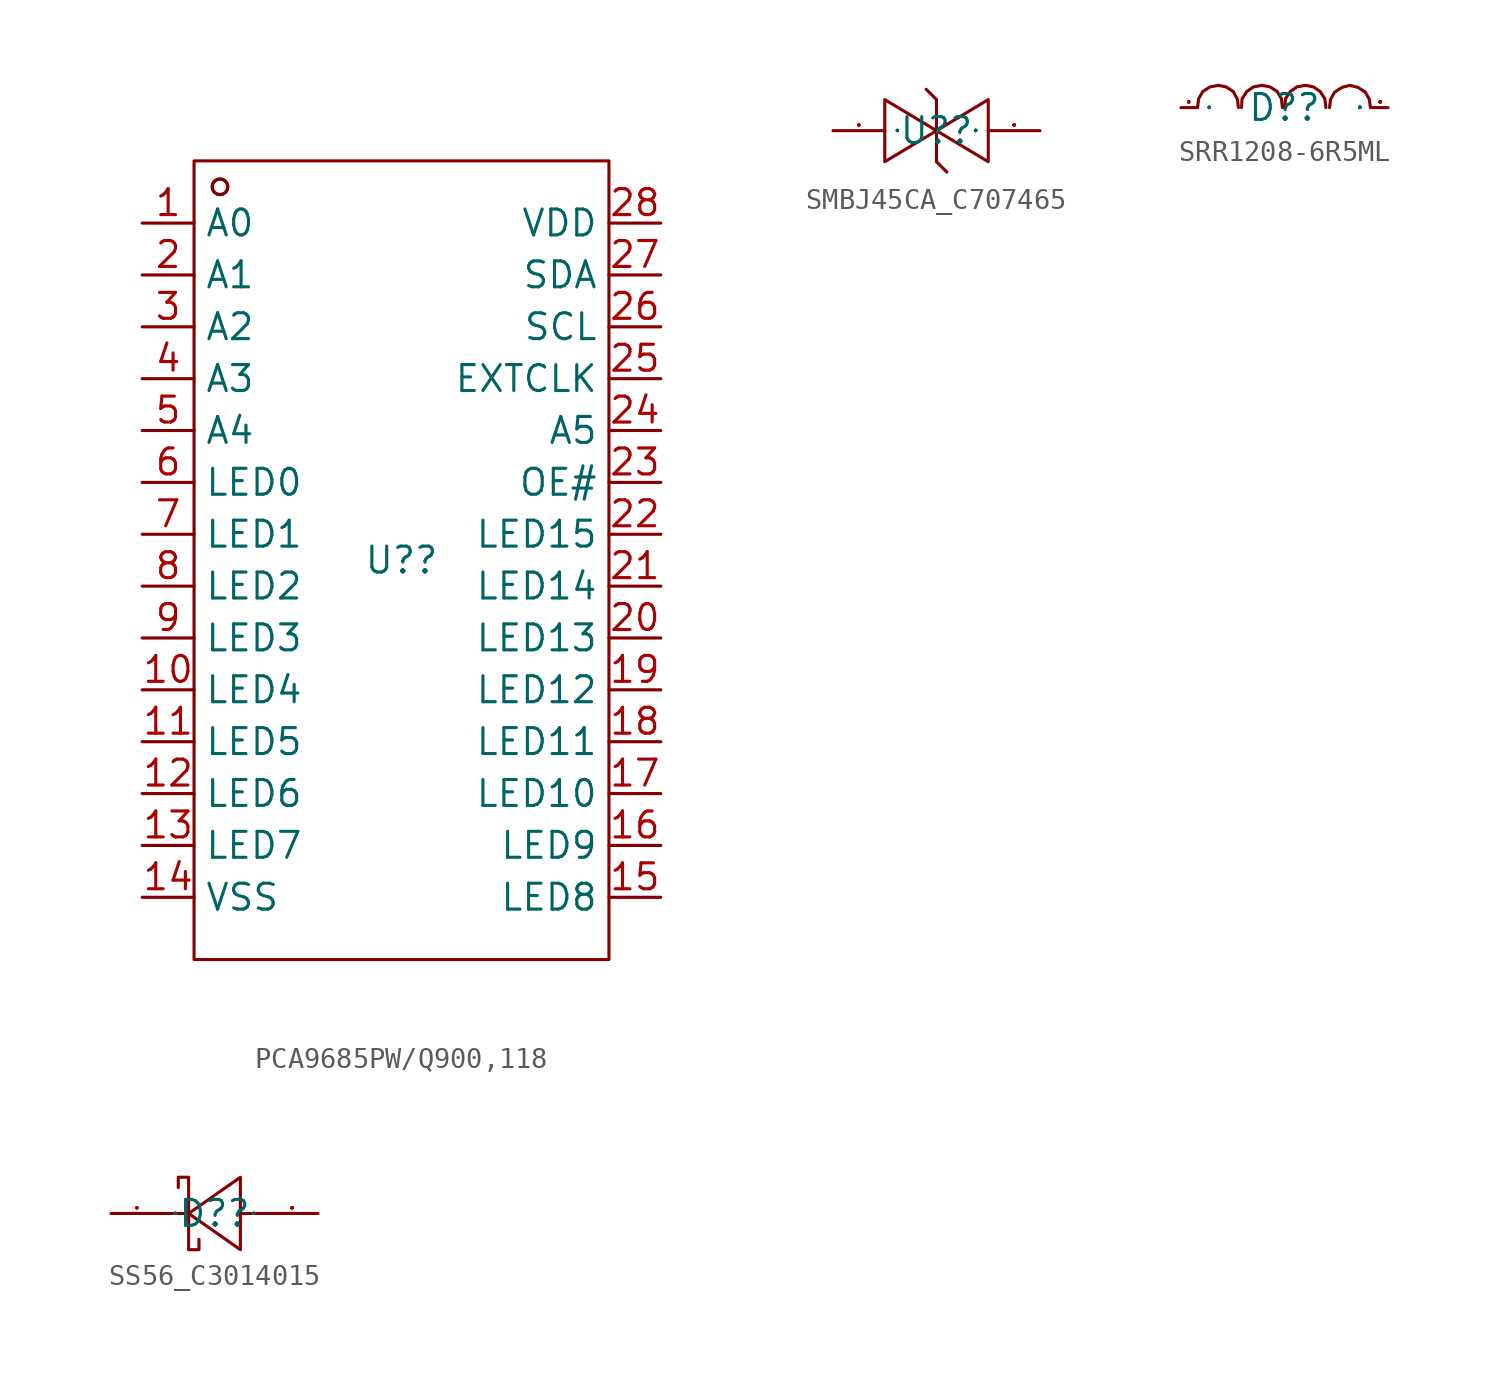
<source format=kicad_sym>
(kicad_symbol_lib
  (version 20231120)
  (generator "kicad_symbol_editor")
  (generator_version "8.0")
  (symbol "PCA9685PW/Q900,118"
    (property "Reference" "U?"
      (at 0 0 0)
      (effects (font (size 1.27 1.27))))
    (property "Value" ""
      (at 0 0 0)
      (effects (font (size 1.27 1.27))))
    (symbol "PCA9685PW/Q900,118_1_0"
      (rectangle (start -10.16 -19.558) (end 10.16 19.558) (stroke (width 0) (type default)) (fill (type none)))
      (circle (center -8.89 18.288) (radius 0.381) (stroke (width 0) (type default)) (fill (type none)))
      (circle (center -8.89 18.288) (radius 0.381) (stroke (width 0) (type default)) (fill (type none)))
      (pin input line (at -12.7 16.51 0) (length 2.54) (name "A0" (effects (font (size 1.27 1.27)))) (number "1" (effects (font (size 1.27 1.27)))))
      (pin input line (at -12.7 -6.35 0) (length 2.54) (name "LED4" (effects (font (size 1.27 1.27)))) (number "10" (effects (font (size 1.27 1.27)))))
      (pin input line (at -12.7 -8.89 0) (length 2.54) (name "LED5" (effects (font (size 1.27 1.27)))) (number "11" (effects (font (size 1.27 1.27)))))
      (pin input line (at -12.7 -11.43 0) (length 2.54) (name "LED6" (effects (font (size 1.27 1.27)))) (number "12" (effects (font (size 1.27 1.27)))))
      (pin input line (at -12.7 -13.97 0) (length 2.54) (name "LED7" (effects (font (size 1.27 1.27)))) (number "13" (effects (font (size 1.27 1.27)))))
      (pin input line (at -12.7 -16.51 0) (length 2.54) (name "VSS" (effects (font (size 1.27 1.27)))) (number "14" (effects (font (size 1.27 1.27)))))
      (pin input line (at 12.7 -16.51 180) (length 2.54) (name "LED8" (effects (font (size 1.27 1.27)))) (number "15" (effects (font (size 1.27 1.27)))))
      (pin input line (at 12.7 -13.97 180) (length 2.54) (name "LED9" (effects (font (size 1.27 1.27)))) (number "16" (effects (font (size 1.27 1.27)))))
      (pin input line (at 12.7 -11.43 180) (length 2.54) (name "LED10" (effects (font (size 1.27 1.27)))) (number "17" (effects (font (size 1.27 1.27)))))
      (pin input line (at 12.7 -8.89 180) (length 2.54) (name "LED11" (effects (font (size 1.27 1.27)))) (number "18" (effects (font (size 1.27 1.27)))))
      (pin input line (at 12.7 -6.35 180) (length 2.54) (name "LED12" (effects (font (size 1.27 1.27)))) (number "19" (effects (font (size 1.27 1.27)))))
      (pin input line (at -12.7 13.97 0) (length 2.54) (name "A1" (effects (font (size 1.27 1.27)))) (number "2" (effects (font (size 1.27 1.27)))))
      (pin input line (at 12.7 -3.81 180) (length 2.54) (name "LED13" (effects (font (size 1.27 1.27)))) (number "20" (effects (font (size 1.27 1.27)))))
      (pin input line (at 12.7 -1.27 180) (length 2.54) (name "LED14" (effects (font (size 1.27 1.27)))) (number "21" (effects (font (size 1.27 1.27)))))
      (pin input line (at 12.7 1.27 180) (length 2.54) (name "LED15" (effects (font (size 1.27 1.27)))) (number "22" (effects (font (size 1.27 1.27)))))
      (pin input line (at 12.7 3.81 180) (length 2.54) (name "OE#" (effects (font (size 1.27 1.27)))) (number "23" (effects (font (size 1.27 1.27)))))
      (pin input line (at 12.7 6.35 180) (length 2.54) (name "A5" (effects (font (size 1.27 1.27)))) (number "24" (effects (font (size 1.27 1.27)))))
      (pin input line (at 12.7 8.89 180) (length 2.54) (name "EXTCLK" (effects (font (size 1.27 1.27)))) (number "25" (effects (font (size 1.27 1.27)))))
      (pin input line (at 12.7 11.43 180) (length 2.54) (name "SCL" (effects (font (size 1.27 1.27)))) (number "26" (effects (font (size 1.27 1.27)))))
      (pin input line (at 12.7 13.97 180) (length 2.54) (name "SDA" (effects (font (size 1.27 1.27)))) (number "27" (effects (font (size 1.27 1.27)))))
      (pin input line (at 12.7 16.51 180) (length 2.54) (name "VDD" (effects (font (size 1.27 1.27)))) (number "28" (effects (font (size 1.27 1.27)))))
      (pin input line (at -12.7 11.43 0) (length 2.54) (name "A2" (effects (font (size 1.27 1.27)))) (number "3" (effects (font (size 1.27 1.27)))))
      (pin input line (at -12.7 8.89 0) (length 2.54) (name "A3" (effects (font (size 1.27 1.27)))) (number "4" (effects (font (size 1.27 1.27)))))
      (pin input line (at -12.7 6.35 0) (length 2.54) (name "A4" (effects (font (size 1.27 1.27)))) (number "5" (effects (font (size 1.27 1.27)))))
      (pin input line (at -12.7 3.81 0) (length 2.54) (name "LED0" (effects (font (size 1.27 1.27)))) (number "6" (effects (font (size 1.27 1.27)))))
      (pin input line (at -12.7 1.27 0) (length 2.54) (name "LED1" (effects (font (size 1.27 1.27)))) (number "7" (effects (font (size 1.27 1.27)))))
      (pin input line (at -12.7 -1.27 0) (length 2.54) (name "LED2" (effects (font (size 1.27 1.27)))) (number "8" (effects (font (size 1.27 1.27)))))
      (pin input line (at -12.7 -3.81 0) (length 2.54) (name "LED3" (effects (font (size 1.27 1.27)))) (number "9" (effects (font (size 1.27 1.27)))))))
  (symbol "SMBJ45CA_C707465"
    (property "Reference" "U?"
      (at 0 0 0)
      (effects (font (size 1.27 1.27))))
    (property "Value" ""
      (at 0 0 0)
      (effects (font (size 1.27 1.27))))
    (symbol "SMBJ45CA_C707465_1_0"
      (polyline (pts (xy 0 -1.524) (xy 0 1.524)) (stroke (width 0) (type default)) (fill (type none)))
      (polyline (pts (xy 0 -1.524) (xy 0.508 -2.032) (xy 0.508 -2.032) (xy 0 -1.524)) (stroke (width 0) (type default)) (fill (type none)))
      (polyline (pts (xy 0 1.524) (xy -0.508 2.032) (xy -0.508 2.032) (xy 0 1.524)) (stroke (width 0) (type default)) (fill (type none)))
      (polyline (pts (xy -2.54 1.524) (xy 0 0) (xy 0 0) (xy -2.54 -1.524) (xy -2.54 -1.524) (xy -2.54 1.524)) (stroke (width 0) (type default)) (fill (type none)))
      (polyline (pts (xy 2.54 1.524) (xy 0 0) (xy 0 0) (xy 2.54 -1.524) (xy 2.54 -1.524) (xy 2.54 1.524)) (stroke (width 0) (type default)) (fill (type none)))
      (pin input line (at -5.08 0 0) (length 2.54) (name "1" (effects (font (size 0.025 0.025)))) (number "1" (effects (font (size 0.025 0.025)))))
      (pin input line (at 5.08 0 180) (length 2.54) (name "2" (effects (font (size 0.025 0.025)))) (number "2" (effects (font (size 0.025 0.025)))))))
  (symbol "SRR1208-6R5ML"
    (property "Reference" "D?"
      (at 0 0 0)
      (effects (font (size 1.27 1.27))))
    (property "Value" ""
      (at 0 0 0)
      (effects (font (size 1.27 1.27))))
    (symbol "SRR1208-6R5ML_1_0"
      (polyline (pts (xy -4.267 0) (xy -4.216 0.432) (xy -4.216 0.432) (xy -4.013 0.787) (xy -4.013 0.787) (xy -3.658 1.016) (xy -3.658 1.016) (xy -3.251 1.092) (xy -3.251 1.092) (xy -2.87 1.016) (xy -2.87 1.016) (xy -2.515 0.787) (xy -2.515 0.787) (xy -2.311 0.406) (xy -2.311 0.406) (xy -2.261 0)) (stroke (width 0) (type default)) (fill (type none)))
      (polyline (pts (xy -2.108 0) (xy -2.083 0.432) (xy -2.083 0.432) (xy -1.854 0.787) (xy -1.854 0.787) (xy -1.524 1.016) (xy -1.524 1.016) (xy -1.118 1.092) (xy -1.118 1.092) (xy -0.711 1.016) (xy -0.711 1.016) (xy -0.356 0.787) (xy -0.356 0.787) (xy -0.152 0.432) (xy -0.152 0.432) (xy -0.102 0)) (stroke (width 0) (type default)) (fill (type none)))
      (polyline (pts (xy 0 0) (xy 0.051 0.432) (xy 0.051 0.432) (xy 0.279 0.787) (xy 0.279 0.787) (xy 0.61 1.016) (xy 0.61 1.016) (xy 1.016 1.092) (xy 1.016 1.092) (xy 1.422 1.016) (xy 1.422 1.016) (xy 1.753 0.787) (xy 1.753 0.787) (xy 1.981 0.432) (xy 1.981 0.432) (xy 2.032 0)) (stroke (width 0) (type default)) (fill (type none)))
      (polyline (pts (xy 2.21 0) (xy 2.261 0.406) (xy 2.261 0.406) (xy 2.464 0.762) (xy 2.464 0.762) (xy 2.819 0.991) (xy 2.819 0.991) (xy 3.2 1.092) (xy 3.2 1.092) (xy 3.607 0.991) (xy 3.607 0.991) (xy 3.962 0.762) (xy 3.962 0.762) (xy 4.166 0.406) (xy 4.166 0.406) (xy 4.216 0)) (stroke (width 0) (type default)) (fill (type none)))
      (pin input line (at -5.08 0 0) (length 0.762) (name "1" (effects (font (size 0.025 0.025)))) (number "1" (effects (font (size 0.025 0.025)))))
      (pin input line (at 5.08 0 180) (length 0.762) (name "2" (effects (font (size 0.025 0.025)))) (number "2" (effects (font (size 0.025 0.025)))))))
  (symbol "SS56_C3014015"
    (property "Reference" "D?"
      (at 0 0 0)
      (effects (font (size 1.27 1.27))))
    (property "Value" ""
      (at 0 0 0)
      (effects (font (size 1.27 1.27))))
    (symbol "SS56_C3014015_1_0"
      (polyline (pts (xy -1.27 0) (xy -2.54 0)) (stroke (width 0) (type default)) (fill (type none)))
      (polyline (pts (xy 2.54 0) (xy 1.27 0)) (stroke (width 0) (type default)) (fill (type none)))
      (polyline (pts (xy 1.27 1.778) (xy -1.27 0) (xy -1.27 0) (xy 1.27 -1.778) (xy 1.27 -1.778) (xy 1.27 1.778)) (stroke (width 0) (type default)) (fill (type none)))
      (polyline (pts (xy -1.778 1.27) (xy -1.778 1.778) (xy -1.778 1.778) (xy -1.27 1.778) (xy -1.27 1.778) (xy -1.27 -1.778) (xy -1.27 -1.778) (xy -0.762 -1.778) (xy -0.762 -1.778) (xy -0.762 -1.27)) (stroke (width 0) (type default)) (fill (type none)))
      (pin input line (at -5.08 0 0) (length 2.54) (name "K" (effects (font (size 0.025 0.025)))) (number "1" (effects (font (size 0.025 0.025)))))
      (pin input line (at 5.08 0 180) (length 2.54) (name "A" (effects (font (size 0.025 0.025)))) (number "2" (effects (font (size 0.025 0.025))))))))
</source>
